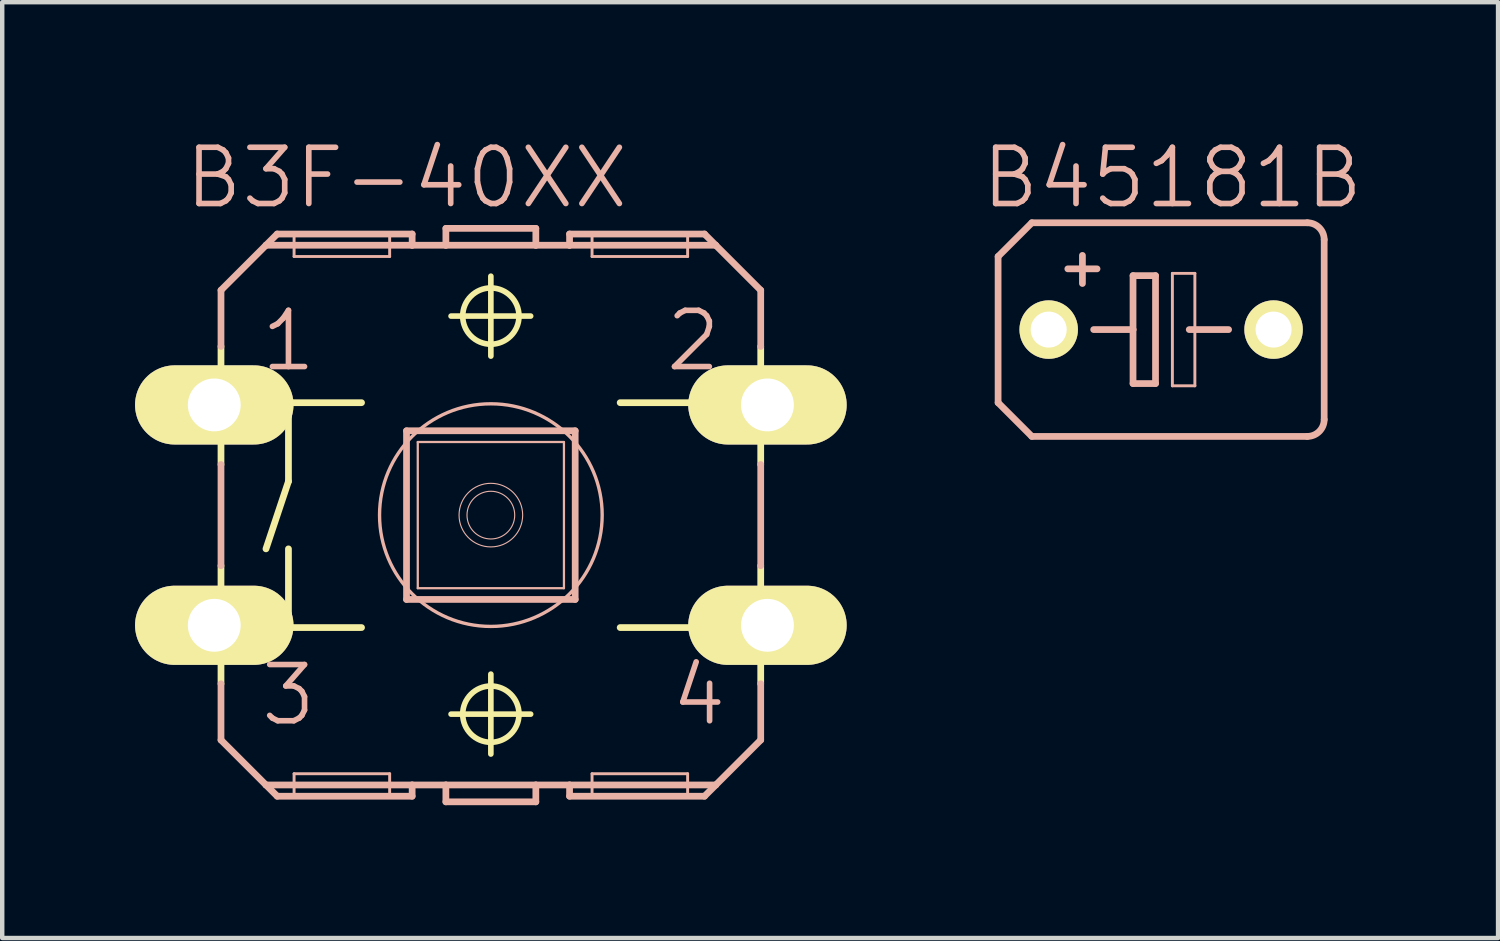
<source format=kicad_pcb>
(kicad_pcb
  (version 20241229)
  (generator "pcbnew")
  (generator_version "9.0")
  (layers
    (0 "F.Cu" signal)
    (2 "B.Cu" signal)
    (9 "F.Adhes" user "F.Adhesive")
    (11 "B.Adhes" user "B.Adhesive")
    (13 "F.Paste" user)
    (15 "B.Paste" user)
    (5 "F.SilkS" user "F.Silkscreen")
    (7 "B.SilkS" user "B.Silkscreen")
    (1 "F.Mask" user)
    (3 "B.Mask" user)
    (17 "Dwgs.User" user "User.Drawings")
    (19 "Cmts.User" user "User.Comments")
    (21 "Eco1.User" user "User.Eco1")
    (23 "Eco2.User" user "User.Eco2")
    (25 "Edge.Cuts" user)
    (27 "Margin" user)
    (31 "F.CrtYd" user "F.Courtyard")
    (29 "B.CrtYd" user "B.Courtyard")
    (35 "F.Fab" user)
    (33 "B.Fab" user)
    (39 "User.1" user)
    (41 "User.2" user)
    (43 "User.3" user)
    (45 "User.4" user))
  (footprint "B45181B"
    (layer "F.Cu")
    (at 23.179 4.395)
    (property "Reference" "B45181B" (at 0.254 -3.429 0) (layer "B.SilkS") (effects (font (size 1.27 1.27) (thickness 0.127))))
    (attr exclude_from_pos_files exclude_from_bom)
    (fp_line (start -3.683 -1.651) (end -3.683 1.651) (stroke (width 0.152) (type solid)) (layer "B.SilkS"))
    (fp_line (start -3.683 -1.651) (end -2.921 -2.413) (stroke (width 0.152) (type solid)) (layer "B.SilkS"))
    (fp_line (start -2.921 2.413) (end -3.683 1.651) (stroke (width 0.152) (type solid)) (layer "B.SilkS"))
    (fp_line (start -2.921 2.413) (end 3.302 2.413) (stroke (width 0.152) (type solid)) (layer "B.SilkS"))
    (fp_line (start -1.778 -1.676) (end -1.778 -1.041) (stroke (width 0.152) (type solid)) (layer "B.SilkS"))
    (fp_line (start -1.524 0) (end -0.635 0) (stroke (width 0.152) (type solid)) (layer "B.SilkS"))
    (fp_line (start -1.448 -1.372) (end -2.108 -1.372) (stroke (width 0.152) (type solid)) (layer "B.SilkS"))
    (fp_line (start -0.635 -1.219) (end -0.635 0) (stroke (width 0.152) (type solid)) (layer "B.SilkS"))
    (fp_line (start -0.635 0) (end -0.635 1.219) (stroke (width 0.152) (type solid)) (layer "B.SilkS"))
    (fp_line (start -0.635 1.219) (end -0.127 1.219) (stroke (width 0.152) (type solid)) (layer "B.SilkS"))
    (fp_line (start -0.127 -1.219) (end -0.635 -1.219) (stroke (width 0.152) (type solid)) (layer "B.SilkS"))
    (fp_line (start -0.127 1.219) (end -0.127 -1.219) (stroke (width 0.152) (type solid)) (layer "B.SilkS"))
    (fp_line (start 0.254 -1.27) (end 0.762 -1.27) (stroke (width 0.066) (type solid)) (layer "B.SilkS"))
    (fp_line (start 0.254 1.27) (end 0.254 -1.27) (stroke (width 0.066) (type solid)) (layer "B.SilkS"))
    (fp_line (start 0.254 1.27) (end 0.762 1.27) (stroke (width 0.066) (type solid)) (layer "B.SilkS"))
    (fp_line (start 0.635 0) (end 1.524 0) (stroke (width 0.152) (type solid)) (layer "B.SilkS"))
    (fp_line (start 0.762 1.27) (end 0.762 -1.27) (stroke (width 0.066) (type solid)) (layer "B.SilkS"))
    (fp_line (start 3.302 -2.413) (end -2.921 -2.413) (stroke (width 0.152) (type solid)) (layer "B.SilkS"))
    (fp_line (start 3.683 -2.032) (end 3.683 2.032) (stroke (width 0.152) (type solid)) (layer "B.SilkS"))
    (fp_arc (start 3.302 -2.413) (mid 3.571408 -2.301408) (end 3.683 -2.032) (stroke (width 0.1524) (type solid)) (layer "B.SilkS"))
    (fp_arc (start 3.683 2.032) (mid 3.571408 2.301408) (end 3.302 2.413) (stroke (width 0.1524) (type solid)) (layer "B.SilkS"))
    (pad "+" thru_hole circle (at -2.54 0) (size 1.321 1.321) (drill 0.813) (layers "*.Cu" "F.Mask" "F.SilkS" "F.Paste"))
    (pad "-" thru_hole circle (at 2.54 0) (size 1.321 1.321) (drill 0.813) (layers "*.Cu" "F.Mask" "F.SilkS" "F.Paste")))
  (footprint "B3F-40XX"
    (layer "F.Cu")
    (at 8.038 8.586)
    (property "Reference" "B3F-40XX" (at -1.905 -7.62 0) (layer "B.SilkS") (effects (font (size 1.27 1.27) (thickness 0.127))))
    (attr exclude_from_pos_files exclude_from_bom)
    (fp_line (start -6.604 -2.921) (end -6.096 -2.921) (stroke (width 0.066) (type solid)) (layer "F.SilkS"))
    (fp_line (start -6.604 -2.032) (end -6.604 -2.921) (stroke (width 0.066) (type solid)) (layer "F.SilkS"))
    (fp_line (start -6.604 -2.032) (end -6.096 -2.032) (stroke (width 0.066) (type solid)) (layer "F.SilkS"))
    (fp_line (start -6.604 2.032) (end -6.096 2.032) (stroke (width 0.066) (type solid)) (layer "F.SilkS"))
    (fp_line (start -6.604 2.921) (end -6.604 2.032) (stroke (width 0.066) (type solid)) (layer "F.SilkS"))
    (fp_line (start -6.604 2.921) (end -6.096 2.921) (stroke (width 0.066) (type solid)) (layer "F.SilkS"))
    (fp_line (start -6.096 -2.032) (end -6.096 -2.921) (stroke (width 0.066) (type solid)) (layer "F.SilkS"))
    (fp_line (start -6.096 -1.143) (end -6.096 -3.81) (stroke (width 0.152) (type solid)) (layer "F.SilkS"))
    (fp_line (start -6.096 2.921) (end -6.096 2.032) (stroke (width 0.066) (type solid)) (layer "F.SilkS"))
    (fp_line (start -6.096 3.81) (end -6.096 1.143) (stroke (width 0.152) (type solid)) (layer "F.SilkS"))
    (fp_line (start -5.08 -2.54) (end -4.572 -2.54) (stroke (width 0.152) (type solid)) (layer "F.SilkS"))
    (fp_line (start -5.08 2.54) (end -4.572 2.54) (stroke (width 0.152) (type solid)) (layer "F.SilkS"))
    (fp_line (start -4.572 -2.54) (end -4.572 -0.762) (stroke (width 0.152) (type solid)) (layer "F.SilkS"))
    (fp_line (start -4.572 -2.54) (end -2.921 -2.54) (stroke (width 0.152) (type solid)) (layer "F.SilkS"))
    (fp_line (start -4.572 -0.762) (end -5.08 0.762) (stroke (width 0.152) (type solid)) (layer "F.SilkS"))
    (fp_line (start -4.572 0.762) (end -4.572 2.54) (stroke (width 0.152) (type solid)) (layer "F.SilkS"))
    (fp_line (start -4.572 2.54) (end -2.921 2.54) (stroke (width 0.152) (type solid)) (layer "F.SilkS"))
    (fp_line (start -0.899 -4.496) (end 0.899 -4.496) (stroke (width 0.127) (type solid)) (layer "F.SilkS"))
    (fp_line (start -0.899 4.496) (end 0.899 4.496) (stroke (width 0.127) (type solid)) (layer "F.SilkS"))
    (fp_line (start 0 -3.592) (end 0 -5.397) (stroke (width 0.127) (type solid)) (layer "F.SilkS"))
    (fp_line (start 0 5.397) (end 0 3.592) (stroke (width 0.127) (type solid)) (layer "F.SilkS"))
    (fp_line (start 2.921 -2.54) (end 5.08 -2.54) (stroke (width 0.152) (type solid)) (layer "F.SilkS"))
    (fp_line (start 2.921 2.54) (end 5.08 2.54) (stroke (width 0.152) (type solid)) (layer "F.SilkS"))
    (fp_line (start 6.096 -2.921) (end 6.604 -2.921) (stroke (width 0.066) (type solid)) (layer "F.SilkS"))
    (fp_line (start 6.096 -2.032) (end 6.096 -2.921) (stroke (width 0.066) (type solid)) (layer "F.SilkS"))
    (fp_line (start 6.096 -2.032) (end 6.604 -2.032) (stroke (width 0.066) (type solid)) (layer "F.SilkS"))
    (fp_line (start 6.096 -1.143) (end 6.096 -3.81) (stroke (width 0.152) (type solid)) (layer "F.SilkS"))
    (fp_line (start 6.096 2.032) (end 6.604 2.032) (stroke (width 0.066) (type solid)) (layer "F.SilkS"))
    (fp_line (start 6.096 2.921) (end 6.096 2.032) (stroke (width 0.066) (type solid)) (layer "F.SilkS"))
    (fp_line (start 6.096 2.921) (end 6.604 2.921) (stroke (width 0.066) (type solid)) (layer "F.SilkS"))
    (fp_line (start 6.096 3.81) (end 6.096 1.143) (stroke (width 0.152) (type solid)) (layer "F.SilkS"))
    (fp_line (start 6.604 -2.032) (end 6.604 -2.921) (stroke (width 0.066) (type solid)) (layer "F.SilkS"))
    (fp_line (start 6.604 2.921) (end 6.604 2.032) (stroke (width 0.066) (type solid)) (layer "F.SilkS"))
    (fp_circle (center -4.572 -2.54) (end -4.636 -2.603) (stroke (width 0.076) (type solid)) (fill no) (layer "F.SilkS"))
    (fp_circle (center -4.572 2.54) (end -4.636 2.603) (stroke (width 0.076) (type solid)) (fill no) (layer "F.SilkS"))
    (fp_circle (center 0 -4.496) (end -0.45 -4.945) (stroke (width 0.127) (type solid)) (fill no) (layer "F.SilkS"))
    (fp_circle (center 0 4.496) (end -0.45 4.945) (stroke (width 0.127) (type solid)) (fill no) (layer "F.SilkS"))
    (fp_line (start -6.096 -5.08) (end -6.096 -3.81) (stroke (width 0.152) (type solid)) (layer "B.SilkS"))
    (fp_line (start -6.096 -1.143) (end -6.096 1.143) (stroke (width 0.152) (type solid)) (layer "B.SilkS"))
    (fp_line (start -6.096 3.81) (end -6.096 5.08) (stroke (width 0.152) (type solid)) (layer "B.SilkS"))
    (fp_line (start -6.096 5.08) (end -5.08 6.096) (stroke (width 0.152) (type solid)) (layer "B.SilkS"))
    (fp_line (start -5.08 -6.096) (end -6.096 -5.08) (stroke (width 0.152) (type solid)) (layer "B.SilkS"))
    (fp_line (start -5.08 -6.096) (end -4.826 -6.35) (stroke (width 0.152) (type solid)) (layer "B.SilkS"))
    (fp_line (start -5.08 -6.096) (end -1.778 -6.096) (stroke (width 0.152) (type solid)) (layer "B.SilkS"))
    (fp_line (start -5.08 6.096) (end -1.778 6.096) (stroke (width 0.152) (type solid)) (layer "B.SilkS"))
    (fp_line (start -4.826 6.35) (end -5.08 6.096) (stroke (width 0.152) (type solid)) (layer "B.SilkS"))
    (fp_line (start -4.445 -6.35) (end -2.286 -6.35) (stroke (width 0.066) (type solid)) (layer "B.SilkS"))
    (fp_line (start -4.445 -5.842) (end -4.445 -6.35) (stroke (width 0.066) (type solid)) (layer "B.SilkS"))
    (fp_line (start -4.445 -5.842) (end -2.286 -5.842) (stroke (width 0.066) (type solid)) (layer "B.SilkS"))
    (fp_line (start -4.445 5.842) (end -2.286 5.842) (stroke (width 0.066) (type solid)) (layer "B.SilkS"))
    (fp_line (start -4.445 6.35) (end -4.445 5.842) (stroke (width 0.066) (type solid)) (layer "B.SilkS"))
    (fp_line (start -4.445 6.35) (end -2.286 6.35) (stroke (width 0.066) (type solid)) (layer "B.SilkS"))
    (fp_line (start -2.286 -5.842) (end -2.286 -6.35) (stroke (width 0.066) (type solid)) (layer "B.SilkS"))
    (fp_line (start -2.286 6.35) (end -2.286 5.842) (stroke (width 0.066) (type solid)) (layer "B.SilkS"))
    (fp_line (start -1.905 -1.905) (end -1.905 1.905) (stroke (width 0.152) (type solid)) (layer "B.SilkS"))
    (fp_line (start -1.905 -1.905) (end 1.905 -1.905) (stroke (width 0.152) (type solid)) (layer "B.SilkS"))
    (fp_line (start -1.778 -6.35) (end -4.826 -6.35) (stroke (width 0.152) (type solid)) (layer "B.SilkS"))
    (fp_line (start -1.778 -6.35) (end -1.778 -6.096) (stroke (width 0.152) (type solid)) (layer "B.SilkS"))
    (fp_line (start -1.778 -6.096) (end -1.016 -6.096) (stroke (width 0.152) (type solid)) (layer "B.SilkS"))
    (fp_line (start -1.778 6.096) (end -1.778 6.35) (stroke (width 0.152) (type solid)) (layer "B.SilkS"))
    (fp_line (start -1.778 6.096) (end -1.016 6.096) (stroke (width 0.152) (type solid)) (layer "B.SilkS"))
    (fp_line (start -1.778 6.35) (end -4.826 6.35) (stroke (width 0.152) (type solid)) (layer "B.SilkS"))
    (fp_line (start -1.651 -1.651) (end -1.651 1.651) (stroke (width 0.051) (type solid)) (layer "B.SilkS"))
    (fp_line (start -1.651 -1.651) (end 1.651 -1.651) (stroke (width 0.051) (type solid)) (layer "B.SilkS"))
    (fp_line (start -1.016 -6.477) (end 1.016 -6.477) (stroke (width 0.152) (type solid)) (layer "B.SilkS"))
    (fp_line (start -1.016 -6.096) (end -1.016 -6.477) (stroke (width 0.152) (type solid)) (layer "B.SilkS"))
    (fp_line (start -1.016 -6.096) (end 1.016 -6.096) (stroke (width 0.152) (type solid)) (layer "B.SilkS"))
    (fp_line (start -1.016 6.096) (end 1.016 6.096) (stroke (width 0.152) (type solid)) (layer "B.SilkS"))
    (fp_line (start -1.016 6.477) (end -1.016 6.096) (stroke (width 0.152) (type solid)) (layer "B.SilkS"))
    (fp_line (start -1.016 6.477) (end 1.016 6.477) (stroke (width 0.152) (type solid)) (layer "B.SilkS"))
    (fp_line (start 1.016 -6.477) (end 1.016 -6.096) (stroke (width 0.152) (type solid)) (layer "B.SilkS"))
    (fp_line (start 1.016 6.096) (end 1.016 6.477) (stroke (width 0.152) (type solid)) (layer "B.SilkS"))
    (fp_line (start 1.016 6.096) (end 1.778 6.096) (stroke (width 0.152) (type solid)) (layer "B.SilkS"))
    (fp_line (start 1.651 1.651) (end -1.651 1.651) (stroke (width 0.051) (type solid)) (layer "B.SilkS"))
    (fp_line (start 1.651 1.651) (end 1.651 -1.651) (stroke (width 0.051) (type solid)) (layer "B.SilkS"))
    (fp_line (start 1.778 -6.35) (end 1.778 -6.096) (stroke (width 0.152) (type solid)) (layer "B.SilkS"))
    (fp_line (start 1.778 -6.096) (end 1.016 -6.096) (stroke (width 0.152) (type solid)) (layer "B.SilkS"))
    (fp_line (start 1.778 6.096) (end 1.778 6.35) (stroke (width 0.152) (type solid)) (layer "B.SilkS"))
    (fp_line (start 1.778 6.096) (end 5.08 6.096) (stroke (width 0.152) (type solid)) (layer "B.SilkS"))
    (fp_line (start 1.905 1.905) (end -1.905 1.905) (stroke (width 0.152) (type solid)) (layer "B.SilkS"))
    (fp_line (start 1.905 1.905) (end 1.905 -1.905) (stroke (width 0.152) (type solid)) (layer "B.SilkS"))
    (fp_line (start 2.286 -6.35) (end 4.445 -6.35) (stroke (width 0.066) (type solid)) (layer "B.SilkS"))
    (fp_line (start 2.286 -5.842) (end 2.286 -6.35) (stroke (width 0.066) (type solid)) (layer "B.SilkS"))
    (fp_line (start 2.286 -5.842) (end 4.445 -5.842) (stroke (width 0.066) (type solid)) (layer "B.SilkS"))
    (fp_line (start 2.286 5.842) (end 4.445 5.842) (stroke (width 0.066) (type solid)) (layer "B.SilkS"))
    (fp_line (start 2.286 6.35) (end 2.286 5.842) (stroke (width 0.066) (type solid)) (layer "B.SilkS"))
    (fp_line (start 2.286 6.35) (end 4.445 6.35) (stroke (width 0.066) (type solid)) (layer "B.SilkS"))
    (fp_line (start 4.445 -5.842) (end 4.445 -6.35) (stroke (width 0.066) (type solid)) (layer "B.SilkS"))
    (fp_line (start 4.445 6.35) (end 4.445 5.842) (stroke (width 0.066) (type solid)) (layer "B.SilkS"))
    (fp_line (start 4.826 -6.35) (end 1.778 -6.35) (stroke (width 0.152) (type solid)) (layer "B.SilkS"))
    (fp_line (start 4.826 6.35) (end 1.778 6.35) (stroke (width 0.152) (type solid)) (layer "B.SilkS"))
    (fp_line (start 5.08 -6.096) (end 1.778 -6.096) (stroke (width 0.152) (type solid)) (layer "B.SilkS"))
    (fp_line (start 5.08 -6.096) (end 4.826 -6.35) (stroke (width 0.152) (type solid)) (layer "B.SilkS"))
    (fp_line (start 5.08 6.096) (end 4.826 6.35) (stroke (width 0.152) (type solid)) (layer "B.SilkS"))
    (fp_line (start 5.08 6.096) (end 6.096 5.08) (stroke (width 0.152) (type solid)) (layer "B.SilkS"))
    (fp_line (start 6.096 -5.08) (end 5.08 -6.096) (stroke (width 0.152) (type solid)) (layer "B.SilkS"))
    (fp_line (start 6.096 -5.08) (end 6.096 -3.81) (stroke (width 0.152) (type solid)) (layer "B.SilkS"))
    (fp_line (start 6.096 -1.143) (end 6.096 1.143) (stroke (width 0.152) (type solid)) (layer "B.SilkS"))
    (fp_line (start 6.096 5.08) (end 6.096 3.81) (stroke (width 0.152) (type solid)) (layer "B.SilkS"))
    (fp_circle (center 0 0) (end -1.778 1.778) (stroke (width 0.076) (type solid)) (fill no) (layer "B.SilkS"))
    (fp_circle (center 0 0) (end -0.508 0.508) (stroke (width 0.025) (type solid)) (fill no) (layer "B.SilkS"))
    (fp_circle (center 0 0) (end -0.381 0.381) (stroke (width 0.025) (type solid)) (fill no) (layer "B.SilkS"))
    (fp_text user "2" (at 4.572 -3.937 0) (layer "B.SilkS") (effects (font (size 1.27 1.27) (thickness 0.127))))
    (fp_text user "3" (at -4.572 4.064 0) (layer "B.SilkS") (effects (font (size 1.27 1.27) (thickness 0.127))))
    (fp_text user "4" (at 4.699 4.064 0) (layer "B.SilkS") (effects (font (size 1.27 1.27) (thickness 0.127))))
    (fp_text user "1" (at -4.572 -3.937 0) (layer "B.SilkS") (effects (font (size 1.27 1.27) (thickness 0.127))))
    (pad "1" thru_hole oval (at -6.248 -2.489 90) (size 1.788 3.579) (drill 1.194) (layers "*.Cu" "F.Mask" "F.SilkS" "F.Paste"))
    (pad "2" thru_hole oval (at 6.248 -2.489 90) (size 1.788 3.579) (drill 1.194) (layers "*.Cu" "F.Mask" "F.SilkS" "F.Paste"))
    (pad "3" thru_hole oval (at -6.248 2.489 90) (size 1.788 3.579) (drill 1.194) (layers "*.Cu" "F.Mask" "F.SilkS" "F.Paste"))
    (pad "4" thru_hole oval (at 6.248 2.489 90) (size 1.788 3.579) (drill 1.194) (layers "*.Cu" "F.Mask" "F.SilkS" "F.Paste")))
  (gr_rect
    (start -3 -3)
    (end 30.79 18.139)
    (stroke (width 0.1) (type default))
    (fill no)
    (layer "Edge.Cuts")))
</source>
